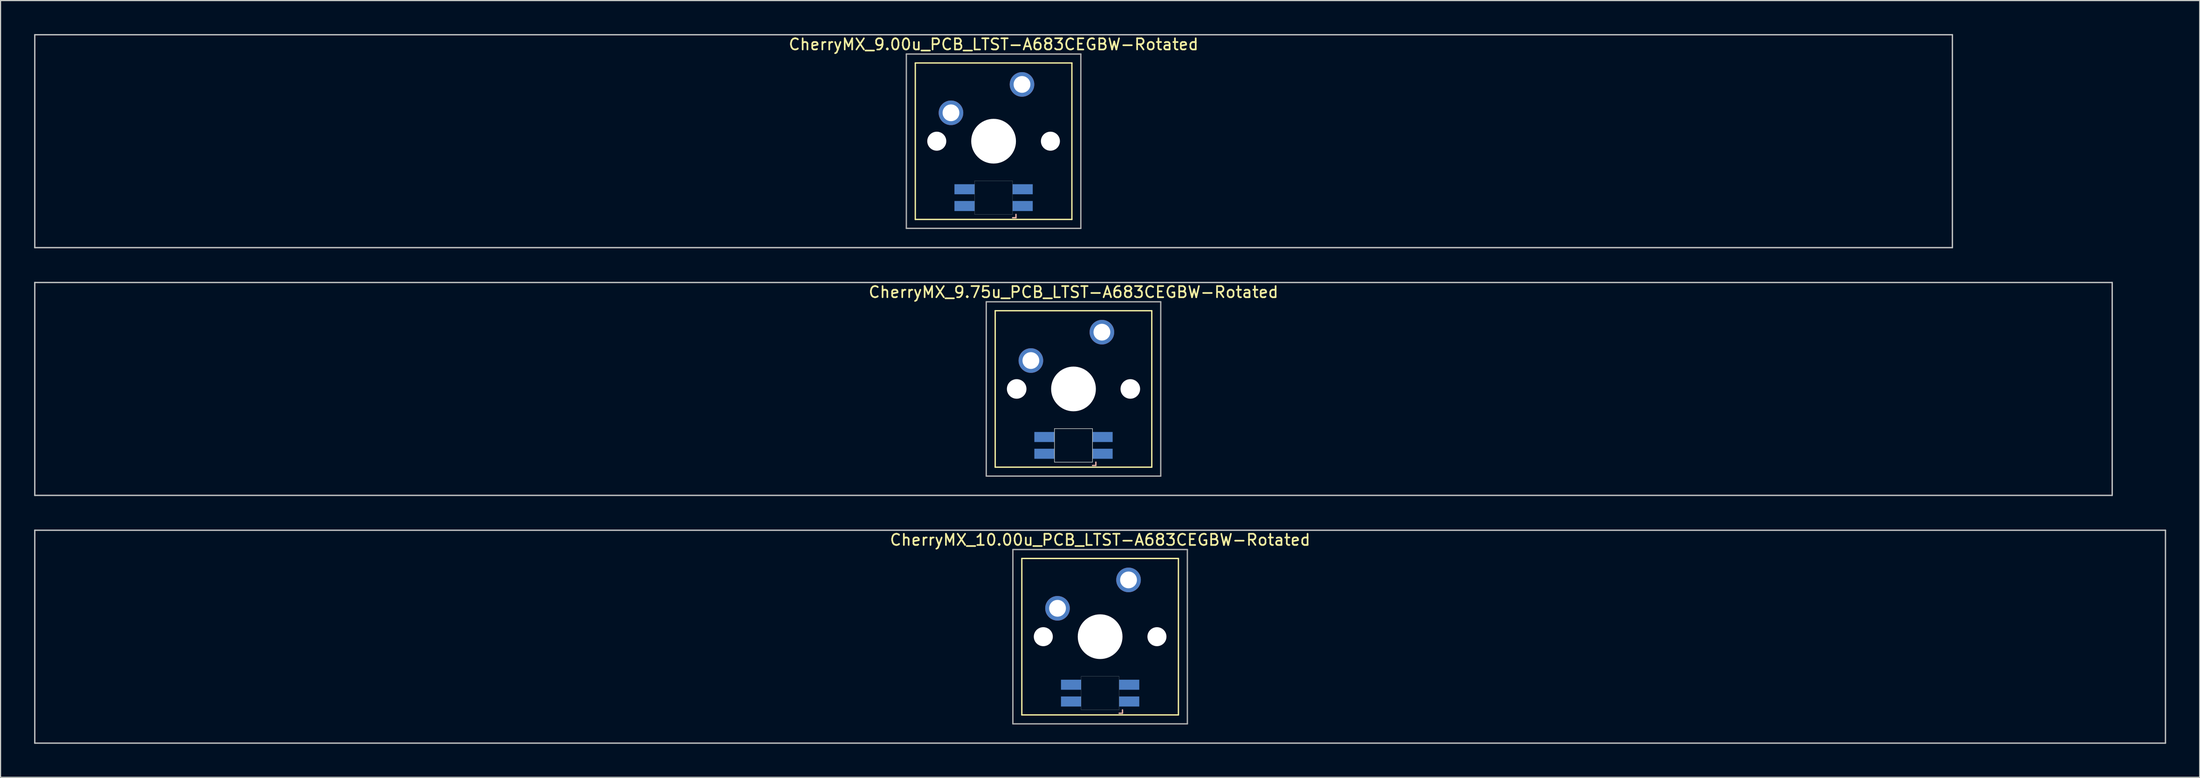
<source format=kicad_pcb>
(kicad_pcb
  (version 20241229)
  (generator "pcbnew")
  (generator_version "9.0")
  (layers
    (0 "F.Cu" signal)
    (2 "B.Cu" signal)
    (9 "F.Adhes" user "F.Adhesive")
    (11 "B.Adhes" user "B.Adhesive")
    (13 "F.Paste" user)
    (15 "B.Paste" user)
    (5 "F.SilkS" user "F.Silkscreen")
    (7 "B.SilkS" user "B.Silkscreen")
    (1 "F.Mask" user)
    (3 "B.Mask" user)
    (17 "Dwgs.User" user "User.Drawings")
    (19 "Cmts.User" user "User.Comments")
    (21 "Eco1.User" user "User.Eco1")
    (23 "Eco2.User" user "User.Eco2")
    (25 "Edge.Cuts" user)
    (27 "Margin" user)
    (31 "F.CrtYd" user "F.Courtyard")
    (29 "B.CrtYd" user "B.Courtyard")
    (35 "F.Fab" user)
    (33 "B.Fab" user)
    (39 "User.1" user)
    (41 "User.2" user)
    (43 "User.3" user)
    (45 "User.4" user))
  (footprint "CherryMX_10.00u_PCB_LTST-A683CEGBW-Rotated"
    (layer "F.Cu")
    (at 95.31 53.925)
    (property "Reference" "CherryMX_10.00u_PCB_LTST-A683CEGBW-Rotated" (at 0 -8.662 0) (layer "F.SilkS") (effects (font (size 1 1) (thickness 0.15))))
    (attr through_hole)
    (fp_line (start -7 -7) (end -7 7) (stroke (width 0.12) (type solid)) (layer "F.SilkS"))
    (fp_line (start -7 -7) (end 7 -7) (stroke (width 0.12) (type solid)) (layer "F.SilkS"))
    (fp_line (start 7 -7) (end 7 7) (stroke (width 0.12) (type solid)) (layer "F.SilkS"))
    (fp_line (start 7 7) (end -7 7) (stroke (width 0.12) (type solid)) (layer "F.SilkS"))
    (fp_line (start 1.7 6.85) (end 2 6.85) (stroke (width 0.12) (type solid)) (layer "B.SilkS"))
    (fp_line (start 2 6.85) (end 2 6.55) (stroke (width 0.12) (type solid)) (layer "B.SilkS"))
    (fp_line (start -95.25 -9.525) (end 95.25 -9.525) (stroke (width 0.12) (type solid)) (layer "Dwgs.User"))
    (fp_line (start -95.25 9.525) (end -95.25 -9.525) (stroke (width 0.12) (type solid)) (layer "Dwgs.User"))
    (fp_line (start 95.25 -9.525) (end 95.25 9.525) (stroke (width 0.12) (type solid)) (layer "Dwgs.User"))
    (fp_line (start 95.25 9.525) (end -95.25 9.525) (stroke (width 0.12) (type solid)) (layer "Dwgs.User"))
    (fp_poly (pts (xy -1.7 3.55) (xy 1.7 3.55) (xy 1.7 6.55) (xy -1.7 6.55)) (stroke (width 0.01) (type solid)) (fill no) (layer "Edge.Cuts"))
    (fp_line (start -7.8 -7.8) (end -7.8 7.8) (stroke (width 0.12) (type solid)) (layer "F.Fab"))
    (fp_line (start -7.8 -7.8) (end 7.8 -7.8) (stroke (width 0.12) (type solid)) (layer "F.Fab"))
    (fp_line (start -7.8 7.8) (end 7.8 7.8) (stroke (width 0.12) (type solid)) (layer "F.Fab"))
    (fp_line (start 7.8 -7.8) (end 7.8 7.8) (stroke (width 0.12) (type solid)) (layer "F.Fab"))
    (pad "" np_thru_hole circle (at -5.08 0) (size 1.7 1.7) (drill 1.7) (layers "*.Cu" "*.Mask"))
    (pad "" np_thru_hole circle (at 0 0) (size 4 4) (drill 4) (layers "*.Cu" "*.Mask"))
    (pad "" np_thru_hole circle (at 5.08 0) (size 1.7 1.7) (drill 1.7) (layers "*.Cu" "*.Mask"))
    (pad "1" thru_hole circle (at -3.81 -2.54) (size 2.2 2.2) (drill 1.5) (layers "*.Cu" "*.Mask"))
    (pad "2" thru_hole circle (at 2.54 -5.08) (size 2.2 2.2) (drill 1.5) (layers "*.Cu" "*.Mask"))
    (pad "3" smd rect (at 2.6 5.8 180) (size 1.8 0.9) (layers "B.Cu" "B.Mask" "B.Paste"))
    (pad "4" smd rect (at 2.6 4.3 180) (size 1.8 0.9) (layers "B.Cu" "B.Mask" "B.Paste"))
    (pad "5" smd rect (at -2.6 5.8 180) (size 1.8 0.9) (layers "B.Cu" "B.Mask" "B.Paste"))
    (pad "6" smd rect (at -2.6 4.3 180) (size 1.8 0.9) (layers "B.Cu" "B.Mask" "B.Paste")))
  (footprint "CherryMX_9.75u_PCB_LTST-A683CEGBW-Rotated"
    (layer "F.Cu")
    (at 92.929 31.755)
    (property "Reference" "CherryMX_9.75u_PCB_LTST-A683CEGBW-Rotated" (at 0 -8.662 0) (layer "F.SilkS") (effects (font (size 1 1) (thickness 0.15))))
    (attr through_hole)
    (fp_line (start -7 -7) (end -7 7) (stroke (width 0.12) (type solid)) (layer "F.SilkS"))
    (fp_line (start -7 -7) (end 7 -7) (stroke (width 0.12) (type solid)) (layer "F.SilkS"))
    (fp_line (start 7 -7) (end 7 7) (stroke (width 0.12) (type solid)) (layer "F.SilkS"))
    (fp_line (start 7 7) (end -7 7) (stroke (width 0.12) (type solid)) (layer "F.SilkS"))
    (fp_line (start 1.7 6.85) (end 2 6.85) (stroke (width 0.12) (type solid)) (layer "B.SilkS"))
    (fp_line (start 2 6.85) (end 2 6.55) (stroke (width 0.12) (type solid)) (layer "B.SilkS"))
    (fp_line (start -92.869 -9.525) (end 92.869 -9.525) (stroke (width 0.12) (type solid)) (layer "Dwgs.User"))
    (fp_line (start -92.869 9.525) (end -92.869 -9.525) (stroke (width 0.12) (type solid)) (layer "Dwgs.User"))
    (fp_line (start 92.869 -9.525) (end 92.869 9.525) (stroke (width 0.12) (type solid)) (layer "Dwgs.User"))
    (fp_line (start 92.869 9.525) (end -92.869 9.525) (stroke (width 0.12) (type solid)) (layer "Dwgs.User"))
    (fp_line (start -1.7 3.55) (end 1.7 3.55) (stroke (width 0.05) (type solid)) (layer "Edge.Cuts"))
    (fp_line (start -1.7 6.55) (end -1.7 3.55) (stroke (width 0.05) (type solid)) (layer "Edge.Cuts"))
    (fp_line (start 1.7 3.55) (end 1.7 6.55) (stroke (width 0.05) (type solid)) (layer "Edge.Cuts"))
    (fp_line (start 1.7 6.55) (end -1.7 6.55) (stroke (width 0.05) (type solid)) (layer "Edge.Cuts"))
    (fp_line (start -7.8 -7.8) (end -7.8 7.8) (stroke (width 0.12) (type solid)) (layer "F.Fab"))
    (fp_line (start -7.8 -7.8) (end 7.8 -7.8) (stroke (width 0.12) (type solid)) (layer "F.Fab"))
    (fp_line (start -7.8 7.8) (end 7.8 7.8) (stroke (width 0.12) (type solid)) (layer "F.Fab"))
    (fp_line (start 7.8 -7.8) (end 7.8 7.8) (stroke (width 0.12) (type solid)) (layer "F.Fab"))
    (pad "" np_thru_hole circle (at -5.08 0) (size 1.75 1.75) (drill 1.75) (layers "*.Cu" "*.Mask"))
    (pad "" np_thru_hole circle (at 0 0) (size 4 4) (drill 4) (layers "*.Cu" "*.Mask"))
    (pad "" np_thru_hole circle (at 5.08 0) (size 1.75 1.75) (drill 1.75) (layers "*.Cu" "*.Mask"))
    (pad "1" thru_hole circle (at -3.81 -2.54) (size 2.2 2.2) (drill 1.5) (layers "*.Cu" "*.Mask"))
    (pad "2" thru_hole circle (at 2.54 -5.08) (size 2.2 2.2) (drill 1.5) (layers "*.Cu" "*.Mask"))
    (pad "3" smd rect (at 2.6 5.8) (size 1.8 0.9) (layers "B.Cu" "B.Mask" "B.Paste"))
    (pad "4" smd rect (at 2.6 4.3) (size 1.8 0.9) (layers "B.Cu" "B.Mask" "B.Paste"))
    (pad "5" smd rect (at -2.6 5.8) (size 1.8 0.9) (layers "B.Cu" "B.Mask" "B.Paste"))
    (pad "6" smd rect (at -2.6 4.3) (size 1.8 0.9) (layers "B.Cu" "B.Mask" "B.Paste")))
  (footprint "CherryMX_9.00u_PCB_LTST-A683CEGBW-Rotated"
    (layer "F.Cu")
    (at 85.785 9.585)
    (property "Reference" "CherryMX_9.00u_PCB_LTST-A683CEGBW-Rotated" (at 0 -8.662 0) (layer "F.SilkS") (effects (font (size 1 1) (thickness 0.15))))
    (attr through_hole)
    (fp_line (start -7 -7) (end -7 7) (stroke (width 0.12) (type solid)) (layer "F.SilkS"))
    (fp_line (start -7 -7) (end 7 -7) (stroke (width 0.12) (type solid)) (layer "F.SilkS"))
    (fp_line (start 7 -7) (end 7 7) (stroke (width 0.12) (type solid)) (layer "F.SilkS"))
    (fp_line (start 7 7) (end -7 7) (stroke (width 0.12) (type solid)) (layer "F.SilkS"))
    (fp_line (start 1.7 6.85) (end 2 6.85) (stroke (width 0.12) (type solid)) (layer "B.SilkS"))
    (fp_line (start 2 6.85) (end 2 6.55) (stroke (width 0.12) (type solid)) (layer "B.SilkS"))
    (fp_line (start -85.725 -9.525) (end 85.725 -9.525) (stroke (width 0.12) (type solid)) (layer "Dwgs.User"))
    (fp_line (start -85.725 9.525) (end -85.725 -9.525) (stroke (width 0.12) (type solid)) (layer "Dwgs.User"))
    (fp_line (start 85.725 -9.525) (end 85.725 9.525) (stroke (width 0.12) (type solid)) (layer "Dwgs.User"))
    (fp_line (start 85.725 9.525) (end -85.725 9.525) (stroke (width 0.12) (type solid)) (layer "Dwgs.User"))
    (fp_poly (pts (xy -1.7 3.55) (xy 1.7 3.55) (xy 1.7 6.55) (xy -1.7 6.55)) (stroke (width 0.01) (type solid)) (fill no) (layer "Edge.Cuts"))
    (fp_line (start -7.8 -7.8) (end -7.8 7.8) (stroke (width 0.12) (type solid)) (layer "F.Fab"))
    (fp_line (start -7.8 -7.8) (end 7.8 -7.8) (stroke (width 0.12) (type solid)) (layer "F.Fab"))
    (fp_line (start -7.8 7.8) (end 7.8 7.8) (stroke (width 0.12) (type solid)) (layer "F.Fab"))
    (fp_line (start 7.8 -7.8) (end 7.8 7.8) (stroke (width 0.12) (type solid)) (layer "F.Fab"))
    (pad "" np_thru_hole circle (at -5.08 0) (size 1.7 1.7) (drill 1.7) (layers "*.Cu" "*.Mask"))
    (pad "" np_thru_hole circle (at 0 0) (size 4 4) (drill 4) (layers "*.Cu" "*.Mask"))
    (pad "" np_thru_hole circle (at 5.08 0) (size 1.7 1.7) (drill 1.7) (layers "*.Cu" "*.Mask"))
    (pad "1" thru_hole circle (at -3.81 -2.54) (size 2.2 2.2) (drill 1.5) (layers "*.Cu" "*.Mask"))
    (pad "2" thru_hole circle (at 2.54 -5.08) (size 2.2 2.2) (drill 1.5) (layers "*.Cu" "*.Mask"))
    (pad "3" smd rect (at 2.6 5.8 180) (size 1.8 0.9) (layers "B.Cu" "B.Mask" "B.Paste"))
    (pad "4" smd rect (at 2.6 4.3 180) (size 1.8 0.9) (layers "B.Cu" "B.Mask" "B.Paste"))
    (pad "5" smd rect (at -2.6 5.8 180) (size 1.8 0.9) (layers "B.Cu" "B.Mask" "B.Paste"))
    (pad "6" smd rect (at -2.6 4.3 180) (size 1.8 0.9) (layers "B.Cu" "B.Mask" "B.Paste")))
  (gr_rect
    (start -3 -3)
    (end 193.62 66.51)
    (stroke (width 0.1) (type default))
    (fill no)
    (layer "Edge.Cuts")))
</source>
